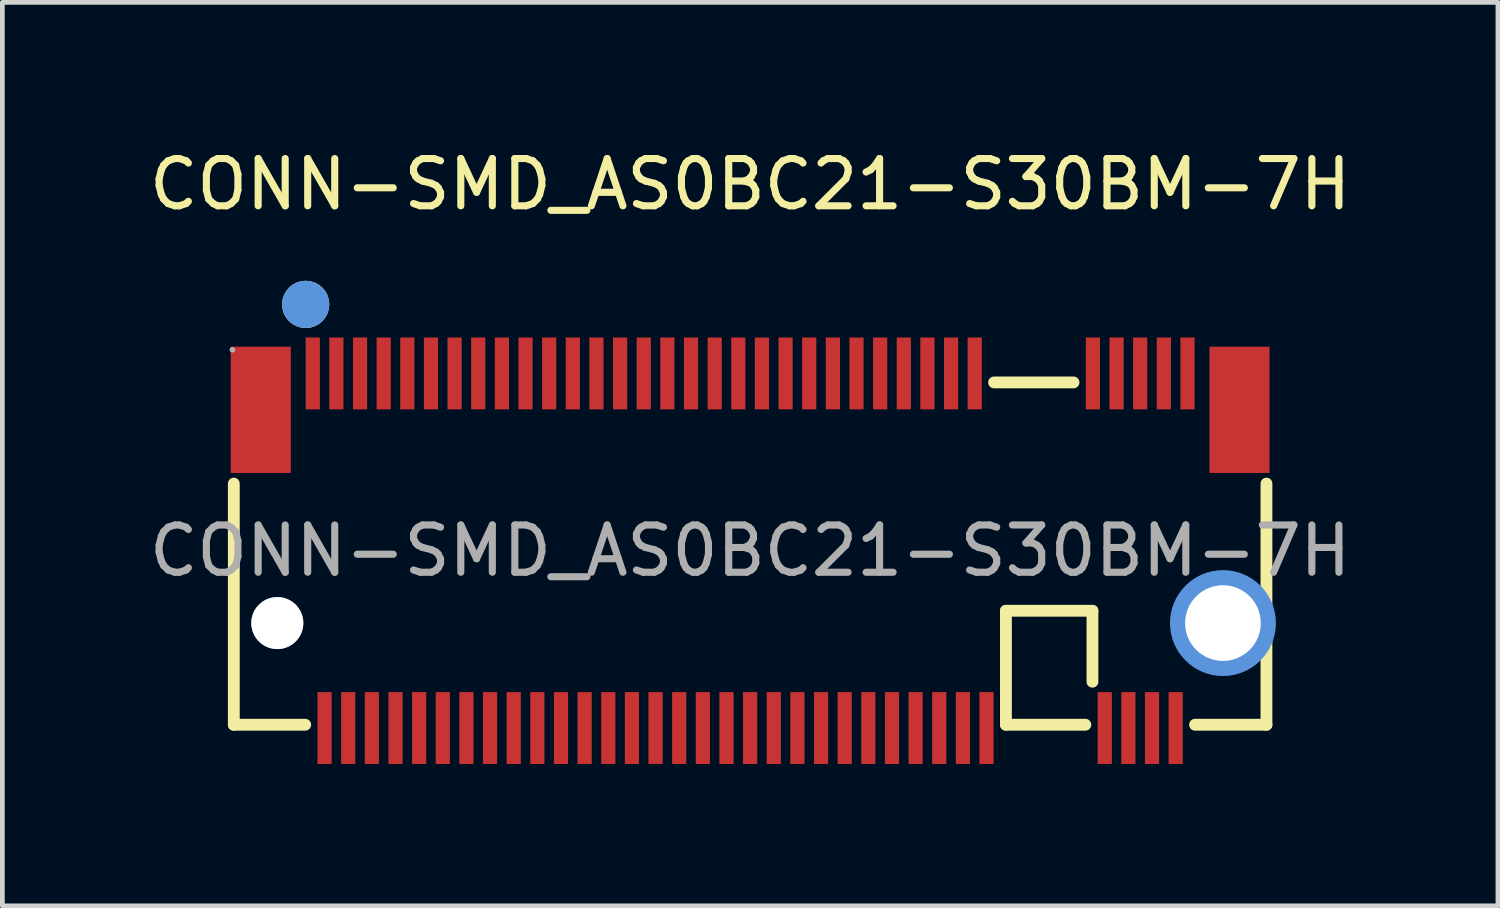
<source format=kicad_pcb>
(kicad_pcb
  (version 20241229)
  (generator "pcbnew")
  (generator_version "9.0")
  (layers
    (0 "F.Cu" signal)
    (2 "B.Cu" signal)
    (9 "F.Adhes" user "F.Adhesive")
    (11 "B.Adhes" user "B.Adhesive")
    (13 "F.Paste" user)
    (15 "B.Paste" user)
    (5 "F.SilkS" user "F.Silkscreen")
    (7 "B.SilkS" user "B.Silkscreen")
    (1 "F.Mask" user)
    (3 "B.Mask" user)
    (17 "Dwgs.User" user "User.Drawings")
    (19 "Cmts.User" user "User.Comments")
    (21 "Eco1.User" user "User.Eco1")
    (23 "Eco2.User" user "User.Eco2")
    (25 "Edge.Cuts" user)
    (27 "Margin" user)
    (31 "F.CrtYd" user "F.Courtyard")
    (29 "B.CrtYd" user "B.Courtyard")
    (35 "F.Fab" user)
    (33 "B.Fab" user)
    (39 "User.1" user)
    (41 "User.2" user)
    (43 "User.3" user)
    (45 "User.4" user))
  (footprint "CONN-SMD_AS0BC21-S30BM-7H"
    (layer "F.Cu")
    (at 12.815 8.598)
    (property "Reference" "CONN-SMD_AS0BC21-S30BM-7H" (at 0 -7.75 0) (layer "F.SilkS") (effects (font (size 1 1) (thickness 0.15))))
    (attr smd)
    (fp_line (start -10.92 3.68) (end -10.92 -1.42) (stroke (width 0.25) (type solid)) (layer "F.SilkS"))
    (fp_line (start -10.92 3.68) (end -9.41 3.68) (stroke (width 0.25) (type solid)) (layer "F.SilkS"))
    (fp_line (start 5.16 -3.56) (end 6.84 -3.56) (stroke (width 0.25) (type solid)) (layer "F.SilkS"))
    (fp_line (start 5.41 1.27) (end 7.24 1.27) (stroke (width 0.25) (type solid)) (layer "F.SilkS"))
    (fp_line (start 5.41 3.68) (end 5.41 1.27) (stroke (width 0.25) (type solid)) (layer "F.SilkS"))
    (fp_line (start 5.41 3.68) (end 7.09 3.68) (stroke (width 0.25) (type solid)) (layer "F.SilkS"))
    (fp_line (start 7.24 1.27) (end 7.24 2.77) (stroke (width 0.25) (type solid)) (layer "F.SilkS"))
    (fp_line (start 9.41 3.68) (end 10.92 3.68) (stroke (width 0.25) (type solid)) (layer "F.SilkS"))
    (fp_line (start 10.92 1.16) (end 10.92 -1.42) (stroke (width 0.25) (type solid)) (layer "F.SilkS"))
    (fp_line (start 10.92 3.68) (end 10.92 1.88) (stroke (width 0.25) (type solid)) (layer "F.SilkS"))
    (fp_circle (center -9.4 -5.21) (end -9.15 -5.21) (stroke (width 0.5) (type solid)) (fill no) (layer "F.SilkS"))
    (fp_circle (center -10.03 1.52) (end -9.78 1.52) (stroke (width 0.5) (type solid)) (fill no) (layer "Cmts.User"))
    (fp_circle (center -9.4 -5.21) (end -9.15 -5.21) (stroke (width 0.5) (type solid)) (fill no) (layer "Cmts.User"))
    (fp_circle (center 10 1.53) (end 10.37 1.53) (stroke (width 0.75) (type solid)) (fill no) (layer "Cmts.User"))
    (fp_circle (center -10.95 -4.25) (end -10.92 -4.25) (stroke (width 0.06) (type solid)) (fill no) (layer "F.Fab"))
    (fp_text user "${REFERENCE}" (at 0 0 0) (layer "F.Fab") (effects (font (size 1 1) (thickness 0.15))))
    (pad "" thru_hole circle (at -10 1.53) (size 1.1 1.1) (drill 1.1) (layers "*.Cu" "*.Mask"))
    (pad "" thru_hole circle (at 10 1.53) (size 1.6 1.6) (drill 1.6) (layers "*.Cu" "*.Mask"))
    (pad "1" smd rect (at -9.25 -3.75 180) (size 0.3 1.52) (layers "F.Cu" "F.Mask" "F.Paste"))
    (pad "2" smd rect (at -9 3.75 180) (size 0.3 1.52) (layers "F.Cu" "F.Mask" "F.Paste"))
    (pad "3" smd rect (at -8.75 -3.75 180) (size 0.3 1.52) (layers "F.Cu" "F.Mask" "F.Paste"))
    (pad "4" smd rect (at -8.5 3.75 180) (size 0.3 1.52) (layers "F.Cu" "F.Mask" "F.Paste"))
    (pad "5" smd rect (at -8.25 -3.75 180) (size 0.3 1.52) (layers "F.Cu" "F.Mask" "F.Paste"))
    (pad "6" smd rect (at -8 3.75 180) (size 0.3 1.52) (layers "F.Cu" "F.Mask" "F.Paste"))
    (pad "7" smd rect (at -7.75 -3.75 180) (size 0.3 1.52) (layers "F.Cu" "F.Mask" "F.Paste"))
    (pad "8" smd rect (at -7.5 3.75 180) (size 0.3 1.52) (layers "F.Cu" "F.Mask" "F.Paste"))
    (pad "9" smd rect (at -7.25 -3.75 180) (size 0.3 1.52) (layers "F.Cu" "F.Mask" "F.Paste"))
    (pad "10" smd rect (at -7 3.75 180) (size 0.3 1.52) (layers "F.Cu" "F.Mask" "F.Paste"))
    (pad "11" smd rect (at -6.75 -3.75 180) (size 0.3 1.52) (layers "F.Cu" "F.Mask" "F.Paste"))
    (pad "12" smd rect (at -6.5 3.75 180) (size 0.3 1.52) (layers "F.Cu" "F.Mask" "F.Paste"))
    (pad "13" smd rect (at -6.25 -3.75 180) (size 0.3 1.52) (layers "F.Cu" "F.Mask" "F.Paste"))
    (pad "14" smd rect (at -6 3.75 180) (size 0.3 1.52) (layers "F.Cu" "F.Mask" "F.Paste"))
    (pad "15" smd rect (at -5.75 -3.75 180) (size 0.3 1.52) (layers "F.Cu" "F.Mask" "F.Paste"))
    (pad "16" smd rect (at -5.5 3.75 180) (size 0.3 1.52) (layers "F.Cu" "F.Mask" "F.Paste"))
    (pad "17" smd rect (at -5.25 -3.75 180) (size 0.3 1.52) (layers "F.Cu" "F.Mask" "F.Paste"))
    (pad "18" smd rect (at -5 3.75 180) (size 0.3 1.52) (layers "F.Cu" "F.Mask" "F.Paste"))
    (pad "19" smd rect (at -4.75 -3.75 180) (size 0.3 1.52) (layers "F.Cu" "F.Mask" "F.Paste"))
    (pad "20" smd rect (at -4.5 3.75 180) (size 0.3 1.52) (layers "F.Cu" "F.Mask" "F.Paste"))
    (pad "21" smd rect (at -4.25 -3.75 180) (size 0.3 1.52) (layers "F.Cu" "F.Mask" "F.Paste"))
    (pad "22" smd rect (at -4 3.75 180) (size 0.3 1.52) (layers "F.Cu" "F.Mask" "F.Paste"))
    (pad "23" smd rect (at -3.75 -3.75 180) (size 0.3 1.52) (layers "F.Cu" "F.Mask" "F.Paste"))
    (pad "24" smd rect (at -3.5 3.75 180) (size 0.3 1.52) (layers "F.Cu" "F.Mask" "F.Paste"))
    (pad "25" smd rect (at -3.25 -3.75 180) (size 0.3 1.52) (layers "F.Cu" "F.Mask" "F.Paste"))
    (pad "26" smd rect (at -3 3.75 180) (size 0.3 1.52) (layers "F.Cu" "F.Mask" "F.Paste"))
    (pad "27" smd rect (at -2.75 -3.75 180) (size 0.3 1.52) (layers "F.Cu" "F.Mask" "F.Paste"))
    (pad "28" smd rect (at -2.5 3.75 180) (size 0.3 1.52) (layers "F.Cu" "F.Mask" "F.Paste"))
    (pad "29" smd rect (at -2.25 -3.75 180) (size 0.3 1.52) (layers "F.Cu" "F.Mask" "F.Paste"))
    (pad "30" smd rect (at -2 3.75 180) (size 0.3 1.52) (layers "F.Cu" "F.Mask" "F.Paste"))
    (pad "31" smd rect (at -1.75 -3.75 180) (size 0.3 1.52) (layers "F.Cu" "F.Mask" "F.Paste"))
    (pad "32" smd rect (at -1.5 3.75 180) (size 0.3 1.52) (layers "F.Cu" "F.Mask" "F.Paste"))
    (pad "33" smd rect (at -1.25 -3.75 180) (size 0.3 1.52) (layers "F.Cu" "F.Mask" "F.Paste"))
    (pad "34" smd rect (at -1 3.75 180) (size 0.3 1.52) (layers "F.Cu" "F.Mask" "F.Paste"))
    (pad "35" smd rect (at -0.75 -3.75 180) (size 0.3 1.52) (layers "F.Cu" "F.Mask" "F.Paste"))
    (pad "36" smd rect (at -0.5 3.75 180) (size 0.3 1.52) (layers "F.Cu" "F.Mask" "F.Paste"))
    (pad "37" smd rect (at -0.25 -3.75 180) (size 0.3 1.52) (layers "F.Cu" "F.Mask" "F.Paste"))
    (pad "38" smd rect (at 0 3.75 180) (size 0.3 1.52) (layers "F.Cu" "F.Mask" "F.Paste"))
    (pad "39" smd rect (at 0.25 -3.75 180) (size 0.3 1.52) (layers "F.Cu" "F.Mask" "F.Paste"))
    (pad "40" smd rect (at 0.5 3.75 180) (size 0.3 1.52) (layers "F.Cu" "F.Mask" "F.Paste"))
    (pad "41" smd rect (at 0.75 -3.75 180) (size 0.3 1.52) (layers "F.Cu" "F.Mask" "F.Paste"))
    (pad "42" smd rect (at 1 3.75 180) (size 0.3 1.52) (layers "F.Cu" "F.Mask" "F.Paste"))
    (pad "43" smd rect (at 1.25 -3.75 180) (size 0.3 1.52) (layers "F.Cu" "F.Mask" "F.Paste"))
    (pad "44" smd rect (at 1.5 3.75 180) (size 0.3 1.52) (layers "F.Cu" "F.Mask" "F.Paste"))
    (pad "45" smd rect (at 1.75 -3.75 180) (size 0.3 1.52) (layers "F.Cu" "F.Mask" "F.Paste"))
    (pad "46" smd rect (at 2 3.75 180) (size 0.3 1.52) (layers "F.Cu" "F.Mask" "F.Paste"))
    (pad "47" smd rect (at 2.25 -3.75 180) (size 0.3 1.52) (layers "F.Cu" "F.Mask" "F.Paste"))
    (pad "48" smd rect (at 2.5 3.75 180) (size 0.3 1.52) (layers "F.Cu" "F.Mask" "F.Paste"))
    (pad "49" smd rect (at 2.75 -3.75 180) (size 0.3 1.52) (layers "F.Cu" "F.Mask" "F.Paste"))
    (pad "50" smd rect (at 3 3.75 180) (size 0.3 1.52) (layers "F.Cu" "F.Mask" "F.Paste"))
    (pad "51" smd rect (at 3.25 -3.75 180) (size 0.3 1.52) (layers "F.Cu" "F.Mask" "F.Paste"))
    (pad "52" smd rect (at 3.5 3.75 180) (size 0.3 1.52) (layers "F.Cu" "F.Mask" "F.Paste"))
    (pad "53" smd rect (at 3.75 -3.75 180) (size 0.3 1.52) (layers "F.Cu" "F.Mask" "F.Paste"))
    (pad "54" smd rect (at 4 3.75 180) (size 0.3 1.52) (layers "F.Cu" "F.Mask" "F.Paste"))
    (pad "55" smd rect (at 4.25 -3.75 180) (size 0.3 1.52) (layers "F.Cu" "F.Mask" "F.Paste"))
    (pad "56" smd rect (at 4.5 3.75 180) (size 0.3 1.52) (layers "F.Cu" "F.Mask" "F.Paste"))
    (pad "57" smd rect (at 4.75 -3.75 180) (size 0.3 1.52) (layers "F.Cu" "F.Mask" "F.Paste"))
    (pad "58" smd rect (at 5 3.75 180) (size 0.3 1.52) (layers "F.Cu" "F.Mask" "F.Paste"))
    (pad "67" smd rect (at 7.25 -3.75 180) (size 0.3 1.52) (layers "F.Cu" "F.Mask" "F.Paste"))
    (pad "68" smd rect (at 7.5 3.75 180) (size 0.3 1.52) (layers "F.Cu" "F.Mask" "F.Paste"))
    (pad "69" smd rect (at 7.75 -3.75 180) (size 0.3 1.52) (layers "F.Cu" "F.Mask" "F.Paste"))
    (pad "70" smd rect (at 8 3.75 180) (size 0.3 1.52) (layers "F.Cu" "F.Mask" "F.Paste"))
    (pad "71" smd rect (at 8.25 -3.75 180) (size 0.3 1.52) (layers "F.Cu" "F.Mask" "F.Paste"))
    (pad "72" smd rect (at 8.5 3.75 180) (size 0.3 1.52) (layers "F.Cu" "F.Mask" "F.Paste"))
    (pad "73" smd rect (at 8.75 -3.75 180) (size 0.3 1.52) (layers "F.Cu" "F.Mask" "F.Paste"))
    (pad "74" smd rect (at 9 3.75 180) (size 0.3 1.52) (layers "F.Cu" "F.Mask" "F.Paste"))
    (pad "75" smd rect (at 9.25 -3.75 180) (size 0.3 1.52) (layers "F.Cu" "F.Mask" "F.Paste"))
    (pad "76" smd rect (at 10.35 -2.98 180) (size 1.27 2.67) (layers "F.Cu" "F.Mask" "F.Paste"))
    (pad "77" smd rect (at -10.35 -2.98) (size 1.27 2.67) (layers "F.Cu" "F.Mask" "F.Paste")))
  (gr_rect
    (start -3 -3)
    (end 28.631 16.108)
    (stroke (width 0.1) (type default))
    (fill no)
    (layer "Edge.Cuts")))
</source>
